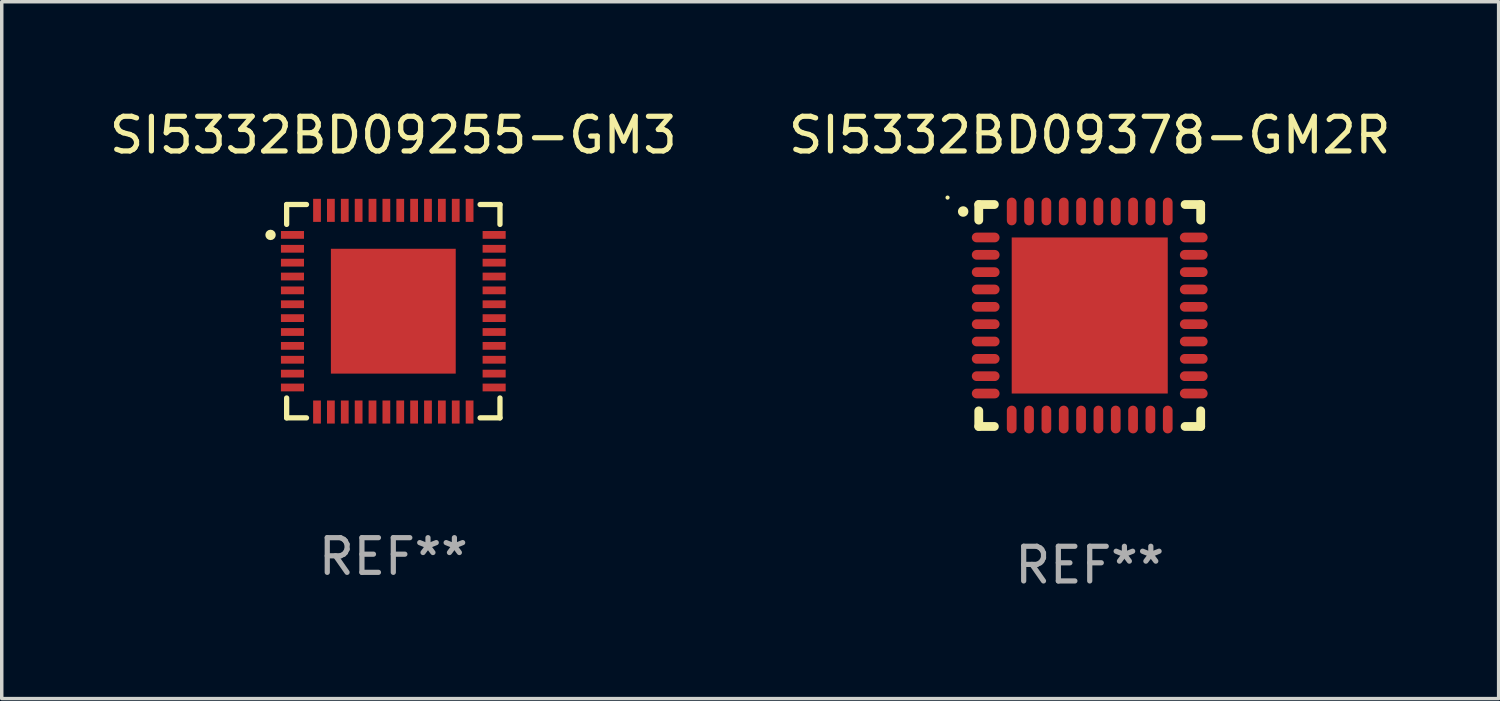
<source format=kicad_pcb>
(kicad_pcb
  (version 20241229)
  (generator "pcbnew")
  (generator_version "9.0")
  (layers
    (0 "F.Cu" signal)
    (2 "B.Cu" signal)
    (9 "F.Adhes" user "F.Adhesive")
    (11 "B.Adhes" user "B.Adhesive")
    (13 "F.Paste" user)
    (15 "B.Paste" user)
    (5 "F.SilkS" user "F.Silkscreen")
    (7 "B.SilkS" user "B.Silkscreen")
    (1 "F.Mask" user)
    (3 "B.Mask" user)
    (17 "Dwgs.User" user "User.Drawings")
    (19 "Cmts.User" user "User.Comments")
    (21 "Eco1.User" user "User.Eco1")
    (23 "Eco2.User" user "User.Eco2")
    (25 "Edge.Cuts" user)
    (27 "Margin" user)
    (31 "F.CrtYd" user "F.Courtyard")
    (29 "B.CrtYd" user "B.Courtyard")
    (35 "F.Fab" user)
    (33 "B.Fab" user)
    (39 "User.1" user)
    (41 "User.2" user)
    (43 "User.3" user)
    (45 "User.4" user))
  (footprint "SI5332BD09255-GM3"
    (layer "F.Cu")
    (at 8.292 5.924)
    (property "Reference" "SI5332BD09255-GM3" (at 0 -5.076 0) (layer "F.SilkS") (effects (font (size 1 1) (thickness 0.15))))
    (attr through_hole)
    (fp_line (start -3.076 -3.076) (end -3.076 -2.503) (stroke (width 0.152) (type solid)) (layer "F.SilkS"))
    (fp_line (start -3.076 3.076) (end -3.076 2.503) (stroke (width 0.152) (type solid)) (layer "F.SilkS"))
    (fp_line (start -2.503 -3.076) (end -3.076 -3.076) (stroke (width 0.152) (type solid)) (layer "F.SilkS"))
    (fp_line (start -2.503 3.076) (end -3.076 3.076) (stroke (width 0.152) (type solid)) (layer "F.SilkS"))
    (fp_line (start 2.503 -3.076) (end 3.076 -3.076) (stroke (width 0.152) (type solid)) (layer "F.SilkS"))
    (fp_line (start 2.503 3.076) (end 3.076 3.076) (stroke (width 0.152) (type solid)) (layer "F.SilkS"))
    (fp_line (start 3.076 -3.076) (end 3.076 -2.503) (stroke (width 0.152) (type solid)) (layer "F.SilkS"))
    (fp_line (start 3.076 3.076) (end 3.076 2.503) (stroke (width 0.152) (type solid)) (layer "F.SilkS"))
    (fp_circle (center -3.54 -2.2) (end -3.465 -2.2) (stroke (width 0.15) (type solid)) (fill no) (layer "F.SilkS"))
    (fp_text user "REF**" (at 0 7.076 0) (layer "F.Fab") (effects (font (size 1 1) (thickness 0.15))))
    (pad "1" smd rect (at -2.908 -2.2) (size 0.665 0.224) (layers "F.Cu" "F.Mask" "F.Paste"))
    (pad "2" smd rect (at -2.908 -1.8) (size 0.665 0.224) (layers "F.Cu" "F.Mask" "F.Paste"))
    (pad "3" smd rect (at -2.908 -1.4) (size 0.665 0.224) (layers "F.Cu" "F.Mask" "F.Paste"))
    (pad "4" smd rect (at -2.908 -1) (size 0.665 0.224) (layers "F.Cu" "F.Mask" "F.Paste"))
    (pad "5" smd rect (at -2.908 -0.6) (size 0.665 0.224) (layers "F.Cu" "F.Mask" "F.Paste"))
    (pad "6" smd rect (at -2.908 -0.2) (size 0.665 0.224) (layers "F.Cu" "F.Mask" "F.Paste"))
    (pad "7" smd rect (at -2.908 0.2) (size 0.665 0.224) (layers "F.Cu" "F.Mask" "F.Paste"))
    (pad "8" smd rect (at -2.908 0.6) (size 0.665 0.224) (layers "F.Cu" "F.Mask" "F.Paste"))
    (pad "9" smd rect (at -2.908 1) (size 0.665 0.224) (layers "F.Cu" "F.Mask" "F.Paste"))
    (pad "10" smd rect (at -2.908 1.4) (size 0.665 0.224) (layers "F.Cu" "F.Mask" "F.Paste"))
    (pad "11" smd rect (at -2.908 1.8) (size 0.665 0.224) (layers "F.Cu" "F.Mask" "F.Paste"))
    (pad "12" smd rect (at -2.908 2.2) (size 0.665 0.224) (layers "F.Cu" "F.Mask" "F.Paste"))
    (pad "13" smd rect (at -2.2 2.908) (size 0.224 0.665) (layers "F.Cu" "F.Mask" "F.Paste"))
    (pad "14" smd rect (at -1.8 2.908) (size 0.224 0.665) (layers "F.Cu" "F.Mask" "F.Paste"))
    (pad "15" smd rect (at -1.4 2.908) (size 0.224 0.665) (layers "F.Cu" "F.Mask" "F.Paste"))
    (pad "16" smd rect (at -1 2.908) (size 0.224 0.665) (layers "F.Cu" "F.Mask" "F.Paste"))
    (pad "17" smd rect (at -0.6 2.908) (size 0.224 0.665) (layers "F.Cu" "F.Mask" "F.Paste"))
    (pad "18" smd rect (at -0.2 2.908) (size 0.224 0.665) (layers "F.Cu" "F.Mask" "F.Paste"))
    (pad "19" smd rect (at 0.2 2.908) (size 0.224 0.665) (layers "F.Cu" "F.Mask" "F.Paste"))
    (pad "20" smd rect (at 0.6 2.908) (size 0.224 0.665) (layers "F.Cu" "F.Mask" "F.Paste"))
    (pad "21" smd rect (at 1 2.908) (size 0.224 0.665) (layers "F.Cu" "F.Mask" "F.Paste"))
    (pad "22" smd rect (at 1.4 2.908) (size 0.224 0.665) (layers "F.Cu" "F.Mask" "F.Paste"))
    (pad "23" smd rect (at 1.8 2.908) (size 0.224 0.665) (layers "F.Cu" "F.Mask" "F.Paste"))
    (pad "24" smd rect (at 2.2 2.908) (size 0.224 0.665) (layers "F.Cu" "F.Mask" "F.Paste"))
    (pad "25" smd rect (at 2.908 2.2) (size 0.665 0.224) (layers "F.Cu" "F.Mask" "F.Paste"))
    (pad "26" smd rect (at 2.908 1.8) (size 0.665 0.224) (layers "F.Cu" "F.Mask" "F.Paste"))
    (pad "27" smd rect (at 2.908 1.4) (size 0.665 0.224) (layers "F.Cu" "F.Mask" "F.Paste"))
    (pad "28" smd rect (at 2.908 1) (size 0.665 0.224) (layers "F.Cu" "F.Mask" "F.Paste"))
    (pad "29" smd rect (at 2.908 0.6) (size 0.665 0.224) (layers "F.Cu" "F.Mask" "F.Paste"))
    (pad "30" smd rect (at 2.908 0.2) (size 0.665 0.224) (layers "F.Cu" "F.Mask" "F.Paste"))
    (pad "31" smd rect (at 2.908 -0.2) (size 0.665 0.224) (layers "F.Cu" "F.Mask" "F.Paste"))
    (pad "32" smd rect (at 2.908 -0.6) (size 0.665 0.224) (layers "F.Cu" "F.Mask" "F.Paste"))
    (pad "33" smd rect (at 2.908 -1) (size 0.665 0.224) (layers "F.Cu" "F.Mask" "F.Paste"))
    (pad "34" smd rect (at 2.908 -1.4) (size 0.665 0.224) (layers "F.Cu" "F.Mask" "F.Paste"))
    (pad "35" smd rect (at 2.908 -1.8) (size 0.665 0.224) (layers "F.Cu" "F.Mask" "F.Paste"))
    (pad "36" smd rect (at 2.908 -2.2) (size 0.665 0.224) (layers "F.Cu" "F.Mask" "F.Paste"))
    (pad "37" smd rect (at 2.2 -2.908) (size 0.224 0.665) (layers "F.Cu" "F.Mask" "F.Paste"))
    (pad "38" smd rect (at 1.8 -2.908) (size 0.224 0.665) (layers "F.Cu" "F.Mask" "F.Paste"))
    (pad "39" smd rect (at 1.4 -2.908) (size 0.224 0.665) (layers "F.Cu" "F.Mask" "F.Paste"))
    (pad "40" smd rect (at 1 -2.908) (size 0.224 0.665) (layers "F.Cu" "F.Mask" "F.Paste"))
    (pad "41" smd rect (at 0.6 -2.908) (size 0.224 0.665) (layers "F.Cu" "F.Mask" "F.Paste"))
    (pad "42" smd rect (at 0.2 -2.908) (size 0.224 0.665) (layers "F.Cu" "F.Mask" "F.Paste"))
    (pad "43" smd rect (at -0.2 -2.908) (size 0.224 0.665) (layers "F.Cu" "F.Mask" "F.Paste"))
    (pad "44" smd rect (at -0.6 -2.908) (size 0.224 0.665) (layers "F.Cu" "F.Mask" "F.Paste"))
    (pad "45" smd rect (at -1 -2.908) (size 0.224 0.665) (layers "F.Cu" "F.Mask" "F.Paste"))
    (pad "46" smd rect (at -1.4 -2.908) (size 0.224 0.665) (layers "F.Cu" "F.Mask" "F.Paste"))
    (pad "47" smd rect (at -1.8 -2.908) (size 0.224 0.665) (layers "F.Cu" "F.Mask" "F.Paste"))
    (pad "48" smd rect (at -2.2 -2.908) (size 0.224 0.665) (layers "F.Cu" "F.Mask" "F.Paste"))
    (pad "49" smd rect (at 0 0) (size 3.6 3.6) (layers "F.Cu" "F.Mask" "F.Paste")))
  (footprint "SI5332BD09378-GM2R"
    (layer "F.Cu")
    (at 28.375 6.048)
    (property "Reference" "SI5332BD09378-GM2R" (at 0 -5.2 0) (layer "F.SilkS") (effects (font (size 1 1) (thickness 0.15))))
    (attr through_hole)
    (fp_line (start -3.2 -3.2) (end -2.75 -3.2) (stroke (width 0.254) (type solid)) (layer "F.SilkS"))
    (fp_line (start -3.2 -2.75) (end -3.2 -3.2) (stroke (width 0.254) (type solid)) (layer "F.SilkS"))
    (fp_line (start -3.2 3.2) (end -3.2 2.75) (stroke (width 0.254) (type solid)) (layer "F.SilkS"))
    (fp_line (start -2.75 3.2) (end -3.2 3.2) (stroke (width 0.254) (type solid)) (layer "F.SilkS"))
    (fp_line (start 2.75 3.2) (end 3.2 3.2) (stroke (width 0.254) (type solid)) (layer "F.SilkS"))
    (fp_line (start 3.2 -3.2) (end 2.75 -3.2) (stroke (width 0.254) (type solid)) (layer "F.SilkS"))
    (fp_line (start 3.2 -2.75) (end 3.2 -3.2) (stroke (width 0.254) (type solid)) (layer "F.SilkS"))
    (fp_line (start 3.2 3.2) (end 3.2 2.75) (stroke (width 0.254) (type solid)) (layer "F.SilkS"))
    (fp_arc (start -3.649987 -2.997206) (mid -3.649992 -2.998476) (end -3.649987 -2.999746) (stroke (width 0.3) (type solid)) (layer "F.SilkS"))
    (fp_circle (center -4.1 -3.4) (end -4.07 -3.4) (stroke (width 0.06) (type solid)) (fill no) (layer "F.SilkS"))
    (fp_text user "REF**" (at 0 7.2 0) (layer "F.Fab") (effects (font (size 1 1) (thickness 0.15))))
    (pad "1" smd oval (at -3 -2.25 90) (size 0.28 0.8) (layers "F.Cu" "F.Mask" "F.Paste"))
    (pad "2" smd oval (at -3 -1.75 90) (size 0.28 0.8) (layers "F.Cu" "F.Mask" "F.Paste"))
    (pad "3" smd oval (at -3 -1.25 90) (size 0.28 0.8) (layers "F.Cu" "F.Mask" "F.Paste"))
    (pad "4" smd oval (at -3 -0.75 90) (size 0.28 0.8) (layers "F.Cu" "F.Mask" "F.Paste"))
    (pad "5" smd oval (at -3 -0.25 90) (size 0.28 0.8) (layers "F.Cu" "F.Mask" "F.Paste"))
    (pad "6" smd oval (at -3 0.25 90) (size 0.28 0.8) (layers "F.Cu" "F.Mask" "F.Paste"))
    (pad "7" smd oval (at -3 0.75 90) (size 0.28 0.8) (layers "F.Cu" "F.Mask" "F.Paste"))
    (pad "8" smd oval (at -3 1.25 90) (size 0.28 0.8) (layers "F.Cu" "F.Mask" "F.Paste"))
    (pad "9" smd oval (at -3 1.75 90) (size 0.28 0.8) (layers "F.Cu" "F.Mask" "F.Paste"))
    (pad "10" smd oval (at -3 2.25 90) (size 0.28 0.8) (layers "F.Cu" "F.Mask" "F.Paste"))
    (pad "11" smd oval (at -2.25 3) (size 0.28 0.8) (layers "F.Cu" "F.Mask" "F.Paste"))
    (pad "12" smd oval (at -1.75 3) (size 0.28 0.8) (layers "F.Cu" "F.Mask" "F.Paste"))
    (pad "13" smd oval (at -1.25 3) (size 0.28 0.8) (layers "F.Cu" "F.Mask" "F.Paste"))
    (pad "14" smd oval (at -0.75 3) (size 0.28 0.8) (layers "F.Cu" "F.Mask" "F.Paste"))
    (pad "15" smd oval (at -0.25 3) (size 0.28 0.8) (layers "F.Cu" "F.Mask" "F.Paste"))
    (pad "16" smd oval (at 0.25 3) (size 0.28 0.8) (layers "F.Cu" "F.Mask" "F.Paste"))
    (pad "17" smd oval (at 0.75 3) (size 0.28 0.8) (layers "F.Cu" "F.Mask" "F.Paste"))
    (pad "18" smd oval (at 1.25 3) (size 0.28 0.8) (layers "F.Cu" "F.Mask" "F.Paste"))
    (pad "19" smd oval (at 1.75 3) (size 0.28 0.8) (layers "F.Cu" "F.Mask" "F.Paste"))
    (pad "20" smd oval (at 2.25 3) (size 0.28 0.8) (layers "F.Cu" "F.Mask" "F.Paste"))
    (pad "21" smd oval (at 3 2.25 90) (size 0.28 0.8) (layers "F.Cu" "F.Mask" "F.Paste"))
    (pad "22" smd oval (at 3 1.75 90) (size 0.28 0.8) (layers "F.Cu" "F.Mask" "F.Paste"))
    (pad "23" smd oval (at 3 1.25 90) (size 0.28 0.8) (layers "F.Cu" "F.Mask" "F.Paste"))
    (pad "24" smd oval (at 3 0.75 90) (size 0.28 0.8) (layers "F.Cu" "F.Mask" "F.Paste"))
    (pad "25" smd oval (at 3 0.25 90) (size 0.28 0.8) (layers "F.Cu" "F.Mask" "F.Paste"))
    (pad "26" smd oval (at 3 -0.25 90) (size 0.28 0.8) (layers "F.Cu" "F.Mask" "F.Paste"))
    (pad "27" smd oval (at 3 -0.75 90) (size 0.28 0.8) (layers "F.Cu" "F.Mask" "F.Paste"))
    (pad "28" smd oval (at 3 -1.25 90) (size 0.28 0.8) (layers "F.Cu" "F.Mask" "F.Paste"))
    (pad "29" smd oval (at 3 -1.75 90) (size 0.28 0.8) (layers "F.Cu" "F.Mask" "F.Paste"))
    (pad "30" smd oval (at 3 -2.25 90) (size 0.28 0.8) (layers "F.Cu" "F.Mask" "F.Paste"))
    (pad "31" smd oval (at 2.25 -3) (size 0.28 0.8) (layers "F.Cu" "F.Mask" "F.Paste"))
    (pad "32" smd oval (at 1.75 -3) (size 0.28 0.8) (layers "F.Cu" "F.Mask" "F.Paste"))
    (pad "33" smd oval (at 1.25 -3) (size 0.28 0.8) (layers "F.Cu" "F.Mask" "F.Paste"))
    (pad "34" smd oval (at 0.75 -3) (size 0.28 0.8) (layers "F.Cu" "F.Mask" "F.Paste"))
    (pad "35" smd oval (at 0.25 -3) (size 0.28 0.8) (layers "F.Cu" "F.Mask" "F.Paste"))
    (pad "36" smd oval (at -0.25 -3) (size 0.28 0.8) (layers "F.Cu" "F.Mask" "F.Paste"))
    (pad "37" smd oval (at -0.75 -3) (size 0.28 0.8) (layers "F.Cu" "F.Mask" "F.Paste"))
    (pad "38" smd oval (at -1.25 -3) (size 0.28 0.8) (layers "F.Cu" "F.Mask" "F.Paste"))
    (pad "39" smd oval (at -1.75 -3) (size 0.28 0.8) (layers "F.Cu" "F.Mask" "F.Paste"))
    (pad "40" smd oval (at -2.25 -3) (size 0.28 0.8) (layers "F.Cu" "F.Mask" "F.Paste"))
    (pad "41" smd rect (at 0 0) (size 4.5 4.5) (layers "F.Cu" "F.Mask" "F.Paste")))
  (gr_rect
    (start -3 -3)
    (end 40.167 17.096)
    (stroke (width 0.1) (type default))
    (fill no)
    (layer "Edge.Cuts")))
</source>
